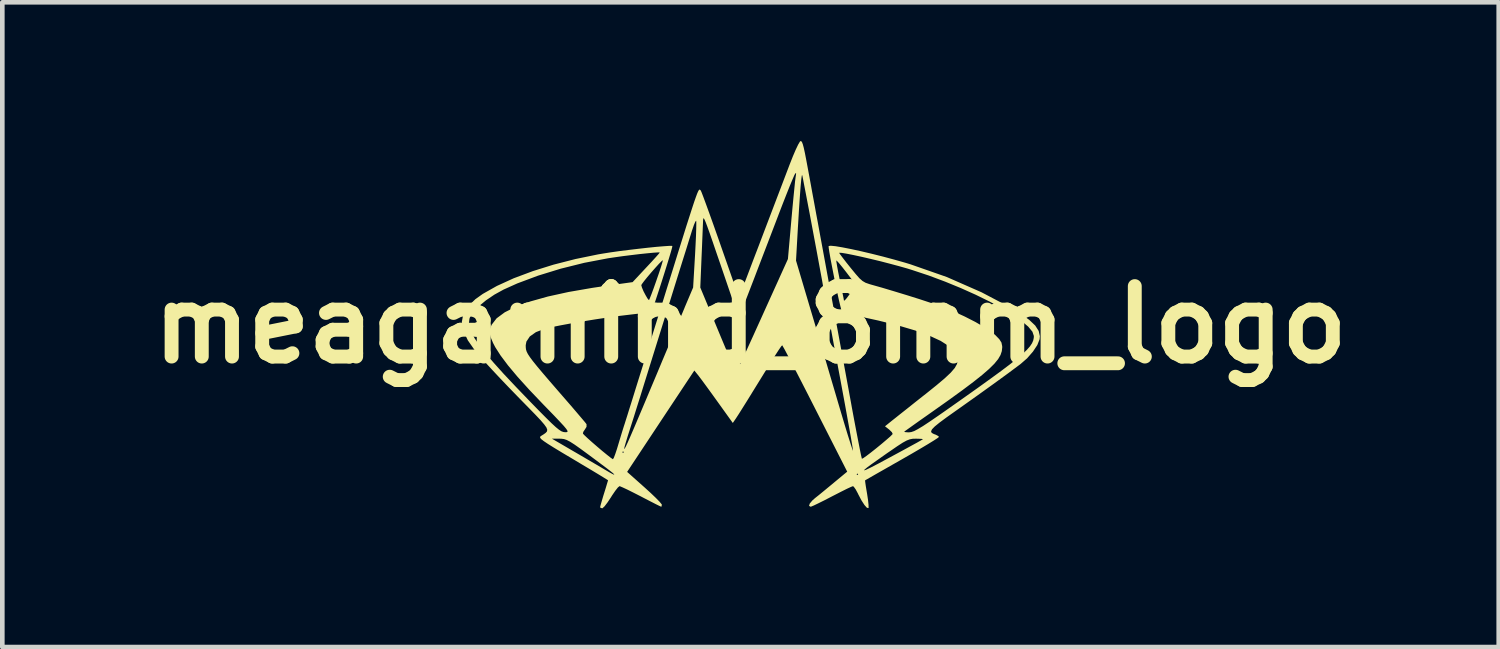
<source format=kicad_pcb>
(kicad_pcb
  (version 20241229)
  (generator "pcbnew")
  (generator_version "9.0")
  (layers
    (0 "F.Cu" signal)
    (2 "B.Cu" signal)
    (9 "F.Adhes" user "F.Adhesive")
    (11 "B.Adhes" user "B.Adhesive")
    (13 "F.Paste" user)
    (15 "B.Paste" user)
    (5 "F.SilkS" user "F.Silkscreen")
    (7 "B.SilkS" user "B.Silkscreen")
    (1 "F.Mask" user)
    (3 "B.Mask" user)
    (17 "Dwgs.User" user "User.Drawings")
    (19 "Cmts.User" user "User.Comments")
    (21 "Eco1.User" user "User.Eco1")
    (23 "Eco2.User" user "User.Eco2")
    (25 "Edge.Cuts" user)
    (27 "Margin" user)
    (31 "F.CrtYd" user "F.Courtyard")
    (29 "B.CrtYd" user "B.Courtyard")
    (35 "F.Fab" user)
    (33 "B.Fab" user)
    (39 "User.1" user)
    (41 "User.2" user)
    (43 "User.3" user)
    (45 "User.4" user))
  (footprint "meagamind_8mm_logo"
    (layer "F.Cu")
    (at 13.179 3.971)
    (property "Reference" "meagamind_8mm_logo" (at 0 0 0) (layer "F.SilkS") (effects (font (size 1.524 1.524) (thickness 0.3))))
    (attr board_only exclude_from_pos_files exclude_from_bom)
    (fp_poly (pts (xy 1.099 -3.966) (xy 1.114 -3.945) (xy 1.131 -3.901) (xy 1.151 -3.827) (xy 1.176 -3.713) (xy 1.207 -3.553) (xy 1.247 -3.339) (xy 1.282 -3.149) (xy 1.308 -3.009) (xy 1.333 -2.87) (xy 1.36 -2.725) (xy 1.389 -2.568) (xy 1.421 -2.392) (xy 1.459 -2.189) (xy 1.502 -1.953) (xy 1.553 -1.678) (xy 1.612 -1.356) (xy 1.681 -0.98) (xy 1.762 -0.544) (xy 1.764 -0.531) (xy 1.828 -0.183) (xy 1.899 0.2) (xy 1.973 0.6) (xy 2.046 0.997) (xy 2.115 1.371) (xy 2.176 1.704) (xy 2.192 1.793) (xy 2.241 2.057) (xy 2.287 2.299) (xy 2.328 2.511) (xy 2.362 2.685) (xy 2.388 2.813) (xy 2.405 2.886) (xy 2.409 2.9) (xy 2.439 2.885) (xy 2.509 2.836) (xy 2.606 2.762) (xy 2.717 2.674) (xy 2.832 2.58) (xy 2.936 2.492) (xy 3.019 2.42) (xy 3.067 2.372) (xy 3.074 2.362) (xy 3.057 2.325) (xy 3.002 2.271) (xy 2.996 2.266) (xy 2.908 2.197) (xy 3.054 2.079) (xy 3.125 2.023) (xy 3.239 1.932) (xy 3.386 1.816) (xy 3.555 1.681) (xy 3.736 1.538) (xy 3.79 1.496) (xy 4.019 1.312) (xy 4.197 1.162) (xy 4.328 1.039) (xy 4.416 0.937) (xy 4.465 0.85) (xy 4.48 0.771) (xy 4.465 0.694) (xy 4.424 0.613) (xy 4.401 0.578) (xy 4.29 0.464) (xy 4.111 0.35) (xy 3.867 0.237) (xy 3.56 0.125) (xy 3.191 0.016) (xy 2.762 -0.09) (xy 2.53 -0.141) (xy 2.349 -0.18) (xy 2.191 -0.216) (xy 2.069 -0.245) (xy 1.996 -0.265) (xy 1.98 -0.272) (xy 1.966 -0.31) (xy 1.942 -0.403) (xy 1.91 -0.539) (xy 1.874 -0.705) (xy 1.835 -0.889) (xy 1.797 -1.079) (xy 1.761 -1.263) (xy 1.737 -1.388) (xy 1.856 -1.388) (xy 1.858 -1.352) (xy 1.873 -1.263) (xy 1.897 -1.133) (xy 1.929 -0.975) (xy 1.932 -0.962) (xy 1.966 -0.801) (xy 1.993 -0.665) (xy 2.013 -0.567) (xy 2.02 -0.522) (xy 2.02 -0.521) (xy 2.037 -0.525) (xy 2.078 -0.571) (xy 2.133 -0.645) (xy 2.188 -0.732) (xy 2.211 -0.772) (xy 2.268 -0.876) (xy 2.068 -1.138) (xy 1.981 -1.249) (xy 1.911 -1.334) (xy 1.866 -1.382) (xy 1.856 -1.388) (xy 1.737 -1.388) (xy 1.729 -1.43) (xy 1.708 -1.552) (xy 1.917 -1.552) (xy 1.937 -1.522) (xy 1.992 -1.449) (xy 2.072 -1.345) (xy 2.164 -1.23) (xy 2.274 -1.096) (xy 2.355 -1.004) (xy 2.422 -0.945) (xy 2.487 -0.907) (xy 2.564 -0.88) (xy 2.6 -0.869) (xy 2.848 -0.799) (xy 3.115 -0.719) (xy 3.388 -0.636) (xy 3.649 -0.554) (xy 3.883 -0.477) (xy 4.074 -0.412) (xy 4.142 -0.387) (xy 4.388 -0.289) (xy 4.633 -0.176) (xy 4.864 -0.058) (xy 5.065 0.059) (xy 5.224 0.167) (xy 5.292 0.223) (xy 5.38 0.314) (xy 5.426 0.386) (xy 5.442 0.463) (xy 5.443 0.491) (xy 5.434 0.572) (xy 5.406 0.656) (xy 5.354 0.745) (xy 5.273 0.844) (xy 5.159 0.957) (xy 5.009 1.087) (xy 4.818 1.239) (xy 4.581 1.417) (xy 4.294 1.625) (xy 3.999 1.834) (xy 3.812 1.966) (xy 3.644 2.084) (xy 3.504 2.184) (xy 3.399 2.259) (xy 3.337 2.303) (xy 3.323 2.314) (xy 3.343 2.323) (xy 3.411 2.328) (xy 3.429 2.328) (xy 3.478 2.321) (xy 3.54 2.3) (xy 3.621 2.257) (xy 3.731 2.191) (xy 3.876 2.095) (xy 4.064 1.966) (xy 4.202 1.87) (xy 4.581 1.603) (xy 4.907 1.372) (xy 5.185 1.172) (xy 5.418 1.002) (xy 5.61 0.857) (xy 5.764 0.734) (xy 5.886 0.631) (xy 5.977 0.543) (xy 6.043 0.468) (xy 6.087 0.402) (xy 6.113 0.342) (xy 6.125 0.285) (xy 6.127 0.244) (xy 6.096 0.152) (xy 6.005 0.042) (xy 5.86 -0.081) (xy 5.668 -0.215) (xy 5.435 -0.356) (xy 5.166 -0.502) (xy 4.868 -0.648) (xy 4.547 -0.792) (xy 4.208 -0.931) (xy 3.858 -1.062) (xy 3.502 -1.18) (xy 3.387 -1.216) (xy 3.21 -1.266) (xy 3.012 -1.319) (xy 2.804 -1.373) (xy 2.596 -1.423) (xy 2.398 -1.469) (xy 2.222 -1.507) (xy 2.076 -1.536) (xy 1.972 -1.553) (xy 1.921 -1.555) (xy 1.917 -1.552) (xy 1.708 -1.552) (xy 1.705 -1.566) (xy 1.691 -1.661) (xy 1.689 -1.701) (xy 1.69 -1.701) (xy 1.736 -1.707) (xy 1.839 -1.697) (xy 1.988 -1.672) (xy 2.175 -1.635) (xy 2.391 -1.588) (xy 2.624 -1.533) (xy 2.867 -1.472) (xy 3.109 -1.407) (xy 3.342 -1.341) (xy 3.457 -1.306) (xy 4.244 -1.031) (xy 4.995 -0.701) (xy 5.591 -0.388) (xy 5.84 -0.239) (xy 6.026 -0.105) (xy 6.156 0.018) (xy 6.231 0.135) (xy 6.257 0.249) (xy 6.251 0.315) (xy 6.202 0.44) (xy 6.107 0.583) (xy 5.981 0.727) (xy 5.839 0.851) (xy 5.576 1.047) (xy 5.263 1.275) (xy 4.908 1.53) (xy 4.518 1.807) (xy 4.44 1.862) (xy 4.237 2.006) (xy 4.086 2.118) (xy 3.983 2.202) (xy 3.924 2.263) (xy 3.904 2.307) (xy 3.918 2.339) (xy 3.964 2.364) (xy 4.008 2.38) (xy 4.062 2.409) (xy 4.074 2.428) (xy 4.045 2.452) (xy 3.965 2.504) (xy 3.84 2.581) (xy 3.679 2.677) (xy 3.489 2.788) (xy 3.278 2.909) (xy 3.278 2.909) (xy 3.067 3.029) (xy 2.876 3.138) (xy 2.714 3.23) (xy 2.589 3.302) (xy 2.507 3.349) (xy 2.477 3.367) (xy 2.477 3.367) (xy 2.48 3.4) (xy 2.492 3.485) (xy 2.512 3.606) (xy 2.521 3.658) (xy 2.541 3.791) (xy 2.552 3.896) (xy 2.553 3.958) (xy 2.55 3.966) (xy 2.516 3.958) (xy 2.463 3.898) (xy 2.398 3.797) (xy 2.329 3.666) (xy 2.324 3.654) (xy 2.275 3.563) (xy 2.233 3.504) (xy 2.215 3.492) (xy 2.175 3.507) (xy 2.086 3.548) (xy 1.96 3.611) (xy 1.81 3.688) (xy 1.759 3.714) (xy 1.603 3.795) (xy 1.468 3.862) (xy 1.366 3.911) (xy 1.308 3.935) (xy 1.301 3.937) (xy 1.266 3.918) (xy 1.281 3.868) (xy 1.339 3.799) (xy 1.395 3.75) (xy 1.477 3.685) (xy 1.593 3.59) (xy 1.725 3.481) (xy 1.807 3.413) (xy 2.022 3.235) (xy 2.294 3.235) (xy 2.311 3.252) (xy 2.328 3.235) (xy 2.311 3.218) (xy 2.294 3.235) (xy 2.022 3.235) (xy 2.091 3.178) (xy 2.077 3.151) (xy 2.459 3.151) (xy 2.508 3.133) (xy 2.611 3.083) (xy 2.769 3.001) (xy 2.983 2.886) (xy 3.255 2.739) (xy 3.338 2.694) (xy 3.482 2.615) (xy 3.603 2.549) (xy 3.689 2.5) (xy 3.728 2.478) (xy 3.728 2.477) (xy 3.706 2.47) (xy 3.634 2.466) (xy 3.574 2.465) (xy 3.506 2.467) (xy 3.444 2.479) (xy 3.376 2.505) (xy 3.29 2.552) (xy 3.176 2.626) (xy 3.022 2.732) (xy 2.96 2.774) (xy 2.766 2.911) (xy 2.616 3.017) (xy 2.515 3.092) (xy 2.462 3.137) (xy 2.459 3.151) (xy 2.077 3.151) (xy 1.396 1.812) (xy 1.252 1.529) (xy 1.118 1.267) (xy 0.996 1.03) (xy 0.889 0.825) (xy 0.802 0.658) (xy 0.737 0.535) (xy 0.696 0.463) (xy 0.685 0.445) (xy 0.661 0.472) (xy 0.61 0.546) (xy 0.54 0.654) (xy 0.482 0.745) (xy 0.394 0.888) (xy 0.282 1.069) (xy 0.161 1.265) (xy 0.043 1.456) (xy 0.023 1.489) (xy -0.078 1.652) (xy -0.172 1.802) (xy -0.25 1.926) (xy -0.304 2.009) (xy -0.317 2.029) (xy -0.383 2.125) (xy -0.722 1.653) (xy -0.84 1.489) (xy -0.95 1.338) (xy -1.043 1.211) (xy -1.111 1.121) (xy -1.138 1.086) (xy -1.215 0.991) (xy -1.942 2.087) (xy -2.668 3.183) (xy -2.293 3.517) (xy -2.16 3.638) (xy -2.048 3.745) (xy -1.965 3.83) (xy -1.922 3.883) (xy -1.917 3.894) (xy -1.926 3.934) (xy -1.93 3.937) (xy -1.964 3.922) (xy -2.047 3.881) (xy -2.168 3.819) (xy -2.315 3.743) (xy -2.37 3.714) (xy -2.527 3.634) (xy -2.663 3.566) (xy -2.766 3.518) (xy -2.825 3.493) (xy -2.833 3.492) (xy -2.867 3.519) (xy -2.924 3.591) (xy -2.995 3.695) (xy -3.017 3.731) (xy -3.091 3.842) (xy -3.155 3.926) (xy -3.2 3.968) (xy -3.209 3.971) (xy -3.249 3.955) (xy -3.252 3.945) (xy -3.242 3.903) (xy -3.216 3.812) (xy -3.18 3.69) (xy -3.166 3.646) (xy -3.127 3.52) (xy -3.098 3.423) (xy -3.082 3.37) (xy -3.081 3.364) (xy -3.109 3.346) (xy -3.188 3.297) (xy -3.311 3.222) (xy -3.469 3.127) (xy -3.656 3.016) (xy -3.841 2.905) (xy -4.072 2.768) (xy -4.25 2.66) (xy -4.381 2.578) (xy -4.47 2.518) (xy -4.524 2.476) (xy -4.534 2.465) (xy -4.294 2.465) (xy -3.833 2.734) (xy -3.654 2.838) (xy -3.477 2.942) (xy -3.319 3.034) (xy -3.198 3.106) (xy -3.166 3.125) (xy -3.042 3.198) (xy -2.969 3.237) (xy -2.944 3.245) (xy -2.96 3.224) (xy -2.979 3.206) (xy -3.023 3.171) (xy -3.111 3.103) (xy -3.234 3.011) (xy -3.381 2.901) (xy -3.501 2.812) (xy -3.674 2.685) (xy -3.804 2.593) (xy -3.901 2.531) (xy -3.974 2.493) (xy -4.034 2.473) (xy -4.093 2.466) (xy -4.133 2.465) (xy -4.294 2.465) (xy -4.534 2.465) (xy -4.549 2.446) (xy -4.55 2.425) (xy -4.534 2.409) (xy -4.475 2.372) (xy -4.43 2.34) (xy -4.402 2.309) (xy -4.395 2.273) (xy -4.413 2.224) (xy -4.46 2.158) (xy -4.538 2.067) (xy -4.652 1.946) (xy -4.805 1.789) (xy -5.001 1.589) (xy -5.04 1.549) (xy -5.232 1.351) (xy -5.42 1.154) (xy -5.593 0.969) (xy -5.745 0.804) (xy -5.867 0.668) (xy -5.949 0.571) (xy -5.953 0.567) (xy -6.113 0.338) (xy -6.21 0.132) (xy -6.24 -0.04) (xy -6.088 -0.04) (xy -6.074 0.057) (xy -6.035 0.167) (xy -5.966 0.294) (xy -5.864 0.444) (xy -5.727 0.62) (xy -5.552 0.825) (xy -5.336 1.065) (xy -5.075 1.342) (xy -4.772 1.657) (xy -4.577 1.857) (xy -4.422 2.013) (xy -4.303 2.13) (xy -4.212 2.214) (xy -4.143 2.27) (xy -4.091 2.304) (xy -4.048 2.32) (xy -4.01 2.325) (xy -3.976 2.324) (xy -3.957 2.316) (xy -3.958 2.295) (xy -3.983 2.255) (xy -4.036 2.191) (xy -4.123 2.097) (xy -4.246 1.967) (xy -4.412 1.796) (xy -4.48 1.726) (xy -4.786 1.405) (xy -5.04 1.124) (xy -5.245 0.879) (xy -5.404 0.667) (xy -5.52 0.486) (xy -5.568 0.394) (xy -5.623 0.262) (xy -5.644 0.164) (xy -5.631 0.079) (xy -5.597 0.000069) (xy -5.49 -0.138) (xy -5.314 -0.268) (xy -5.071 -0.39) (xy -4.76 -0.503) (xy -4.382 -0.609) (xy -3.936 -0.707) (xy -3.422 -0.796) (xy -3.132 -0.839) (xy -3.02 -0.855) (xy -2.362 -0.855) (xy -2.348 -0.804) (xy -2.315 -0.725) (xy -2.271 -0.641) (xy -2.23 -0.57) (xy -2.2 -0.534) (xy -2.194 -0.533) (xy -2.177 -0.571) (xy -2.142 -0.66) (xy -2.094 -0.789) (xy -2.039 -0.944) (xy -2.031 -0.968) (xy -1.977 -1.124) (xy -1.934 -1.255) (xy -1.906 -1.349) (xy -1.895 -1.392) (xy -1.896 -1.394) (xy -1.921 -1.375) (xy -1.979 -1.317) (xy -2.057 -1.231) (xy -2.144 -1.132) (xy -2.23 -1.031) (xy -2.302 -0.942) (xy -2.349 -0.878) (xy -2.362 -0.855) (xy -3.02 -0.855) (xy -2.55 -0.92) (xy -2.253 -1.238) (xy -2.141 -1.358) (xy -2.05 -1.458) (xy -1.987 -1.529) (xy -1.962 -1.561) (xy -1.962 -1.562) (xy -2 -1.563) (xy -2.094 -1.557) (xy -2.23 -1.544) (xy -2.395 -1.527) (xy -2.577 -1.505) (xy -2.763 -1.482) (xy -2.939 -1.457) (xy -3.081 -1.436) (xy -3.594 -1.338) (xy -4.104 -1.211) (xy -4.592 -1.061) (xy -5.042 -0.893) (xy -5.34 -0.759) (xy -5.538 -0.65) (xy -5.721 -0.526) (xy -5.878 -0.396) (xy -5.997 -0.27) (xy -6.068 -0.157) (xy -6.078 -0.127) (xy -6.088 -0.04) (xy -6.24 -0.04) (xy -6.243 -0.056) (xy -6.211 -0.23) (xy -6.113 -0.393) (xy -5.95 -0.551) (xy -5.789 -0.666) (xy -5.484 -0.838) (xy -5.12 -1.004) (xy -4.708 -1.158) (xy -4.26 -1.298) (xy -3.784 -1.42) (xy -3.292 -1.521) (xy -3.197 -1.537) (xy -3.034 -1.563) (xy -2.843 -1.59) (xy -2.637 -1.616) (xy -2.426 -1.641) (xy -2.222 -1.664) (xy -2.036 -1.683) (xy -1.879 -1.696) (xy -1.763 -1.704) (xy -1.698 -1.704) (xy -1.69 -1.701) (xy -1.696 -1.667) (xy -1.72 -1.579) (xy -1.759 -1.449) (xy -1.808 -1.289) (xy -1.864 -1.11) (xy -1.923 -0.923) (xy -1.982 -0.741) (xy -2.037 -0.574) (xy -2.084 -0.434) (xy -2.119 -0.333) (xy -2.14 -0.282) (xy -2.142 -0.279) (xy -2.178 -0.271) (xy -2.269 -0.258) (xy -2.403 -0.241) (xy -2.566 -0.222) (xy -2.608 -0.217) (xy -2.834 -0.19) (xy -3.088 -0.155) (xy -3.357 -0.115) (xy -3.627 -0.071) (xy -3.885 -0.027) (xy -4.117 0.016) (xy -4.309 0.055) (xy -4.448 0.088) (xy -4.456 0.09) (xy -4.64 0.161) (xy -4.772 0.254) (xy -4.846 0.365) (xy -4.861 0.444) (xy -4.86 0.491) (xy -4.855 0.535) (xy -4.841 0.581) (xy -4.814 0.635) (xy -4.77 0.702) (xy -4.705 0.789) (xy -4.614 0.902) (xy -4.494 1.045) (xy -4.339 1.226) (xy -4.146 1.449) (xy -4.02 1.594) (xy -3.881 1.754) (xy -3.758 1.898) (xy -3.656 2.018) (xy -3.583 2.104) (xy -3.548 2.149) (xy -3.546 2.152) (xy -3.546 2.209) (xy -3.577 2.259) (xy -3.617 2.319) (xy -3.624 2.355) (xy -3.594 2.388) (xy -3.525 2.453) (xy -3.429 2.539) (xy -3.318 2.635) (xy -3.205 2.731) (xy -3.102 2.815) (xy -3.022 2.878) (xy -2.978 2.908) (xy -2.975 2.909) (xy -2.956 2.879) (xy -2.925 2.798) (xy -2.911 2.756) (xy -2.773 2.756) (xy -2.756 2.773) (xy -2.739 2.756) (xy -2.756 2.739) (xy -2.773 2.756) (xy -2.911 2.756) (xy -2.887 2.684) (xy -2.732 2.684) (xy -2.726 2.687) (xy -2.701 2.644) (xy -2.657 2.55) (xy -2.593 2.405) (xy -2.507 2.205) (xy -2.398 1.948) (xy -2.265 1.633) (xy -2.14 1.335) (xy -2.014 1.036) (xy -1.9 0.762) (xy -0.23 0.762) (xy -0.229 0.836) (xy -0.226 0.853) (xy -0.209 0.819) (xy -0.168 0.732) (xy -0.106 0.599) (xy -0.029 0.431) (xy 0.06 0.236) (xy 0.12 0.103) (xy 0.228 -0.135) (xy 0.338 -0.379) (xy 0.444 -0.613) (xy 0.538 -0.821) (xy 0.614 -0.988) (xy 0.631 -1.027) (xy 0.794 -1.386) (xy 0.984 -1.386) (xy 1.294 -0.342) (xy 1.391 -0.018) (xy 1.499 0.348) (xy 1.613 0.732) (xy 1.725 1.113) (xy 1.83 1.468) (xy 1.904 1.72) (xy 1.978 1.97) (xy 2.046 2.197) (xy 2.106 2.394) (xy 2.156 2.551) (xy 2.192 2.662) (xy 2.212 2.719) (xy 2.216 2.725) (xy 2.212 2.69) (xy 2.197 2.594) (xy 2.172 2.445) (xy 2.137 2.248) (xy 2.094 2.011) (xy 2.045 1.74) (xy 1.99 1.442) (xy 1.938 1.16) (xy 1.875 0.825) (xy 1.814 0.497) (xy 1.756 0.183) (xy 1.703 -0.105) (xy 1.655 -0.36) (xy 1.617 -0.572) (xy 1.587 -0.732) (xy 1.574 -0.804) (xy 1.547 -0.96) (xy 1.511 -1.154) (xy 1.47 -1.377) (xy 1.425 -1.621) (xy 1.377 -1.877) (xy 1.329 -2.134) (xy 1.282 -2.385) (xy 1.237 -2.62) (xy 1.197 -2.83) (xy 1.163 -3.005) (xy 1.138 -3.137) (xy 1.122 -3.216) (xy 1.117 -3.235) (xy 1.109 -3.224) (xy 1.098 -3.145) (xy 1.084 -2.999) (xy 1.068 -2.785) (xy 1.049 -2.503) (xy 1.028 -2.153) (xy 1.023 -2.071) (xy 0.984 -1.386) (xy 0.794 -1.386) (xy 0.809 -1.421) (xy 0.886 -2.294) (xy 0.908 -2.534) (xy 0.929 -2.755) (xy 0.948 -2.945) (xy 0.963 -3.096) (xy 0.976 -3.197) (xy 0.982 -3.235) (xy 0.986 -3.279) (xy 0.967 -3.269) (xy 0.946 -3.229) (xy 0.905 -3.134) (xy 0.846 -2.992) (xy 0.774 -2.811) (xy 0.692 -2.602) (xy 0.603 -2.371) (xy 0.6 -2.362) (xy 0.496 -2.09) (xy 0.385 -1.8) (xy 0.274 -1.511) (xy 0.17 -1.24) (xy 0.08 -1.004) (xy 0.036 -0.89) (xy -0.195 -0.291) (xy -0.217 0.288) (xy -0.224 0.477) (xy -0.228 0.639) (xy -0.23 0.762) (xy -1.9 0.762) (xy -1.89 0.739) (xy -1.77 0.454) (xy -1.66 0.192) (xy -1.564 -0.039) (xy -1.484 -0.227) (xy -1.427 -0.363) (xy -1.422 -0.377) (xy -1.241 -0.804) (xy -1.086 -0.804) (xy -0.74 0.028) (xy -0.629 0.295) (xy -0.543 0.5) (xy -0.477 0.644) (xy -0.429 0.728) (xy -0.396 0.752) (xy -0.373 0.718) (xy -0.358 0.626) (xy -0.348 0.477) (xy -0.338 0.273) (xy -0.331 0.127) (xy -0.311 -0.31) (xy -0.635 -1.259) (xy -0.738 -1.558) (xy -0.82 -1.798) (xy -0.885 -1.985) (xy -0.934 -2.122) (xy -0.97 -2.217) (xy -0.995 -2.274) (xy -1.011 -2.3) (xy -1.02 -2.298) (xy -1.024 -2.276) (xy -1.027 -2.237) (xy -1.027 -2.225) (xy -1.03 -2.153) (xy -1.035 -2.026) (xy -1.042 -1.857) (xy -1.05 -1.66) (xy -1.059 -1.455) (xy -1.086 -0.804) (xy -1.241 -0.804) (xy -1.199 -1.517) (xy -1.188 -1.731) (xy -1.179 -1.921) (xy -1.174 -2.077) (xy -1.172 -2.188) (xy -1.174 -2.244) (xy -1.175 -2.248) (xy -1.194 -2.227) (xy -1.224 -2.156) (xy -1.26 -2.05) (xy -1.261 -2.049) (xy -1.288 -1.961) (xy -1.333 -1.818) (xy -1.391 -1.63) (xy -1.461 -1.408) (xy -1.538 -1.162) (xy -1.619 -0.902) (xy -1.644 -0.822) (xy -1.74 -0.513) (xy -1.846 -0.175) (xy -1.955 0.174) (xy -2.061 0.514) (xy -2.158 0.825) (xy -2.226 1.044) (xy -2.305 1.297) (xy -2.383 1.549) (xy -2.458 1.786) (xy -2.523 1.995) (xy -2.576 2.161) (xy -2.602 2.242) (xy -2.656 2.412) (xy -2.696 2.544) (xy -2.722 2.635) (xy -2.732 2.684) (xy -2.887 2.684) (xy -2.887 2.683) (xy -2.875 2.644) (xy -2.828 2.487) (xy -2.779 2.325) (xy -2.738 2.194) (xy -2.737 2.191) (xy -2.721 2.143) (xy -2.704 2.088) (xy -2.683 2.022) (xy -2.657 1.94) (xy -2.625 1.836) (xy -2.584 1.707) (xy -2.534 1.546) (xy -2.473 1.349) (xy -2.399 1.112) (xy -2.31 0.828) (xy -2.206 0.494) (xy -2.085 0.104) (xy -1.951 -0.325) (xy -1.803 -0.802) (xy -1.673 -1.217) (xy -1.562 -1.575) (xy -1.466 -1.881) (xy -1.386 -2.137) (xy -1.318 -2.348) (xy -1.263 -2.519) (xy -1.219 -2.653) (xy -1.183 -2.755) (xy -1.156 -2.829) (xy -1.135 -2.878) (xy -1.119 -2.907) (xy -1.107 -2.92) (xy -1.097 -2.921) (xy -1.088 -2.914) (xy -1.078 -2.904) (xy -1.076 -2.902) (xy -1.059 -2.864) (xy -1.021 -2.765) (xy -0.964 -2.611) (xy -0.89 -2.407) (xy -0.8 -2.156) (xy -0.697 -1.864) (xy -0.582 -1.535) (xy -0.456 -1.175) (xy -0.446 -1.147) (xy -0.391 -0.989) (xy -0.341 -0.847) (xy -0.301 -0.738) (xy -0.281 -0.685) (xy -0.247 -0.599) (xy -0.213 -0.685) (xy -0.193 -0.736) (xy -0.152 -0.844) (xy -0.092 -0.999) (xy -0.018 -1.194) (xy 0.068 -1.421) (xy 0.164 -1.671) (xy 0.238 -1.866) (xy 0.347 -2.153) (xy 0.458 -2.444) (xy 0.566 -2.728) (xy 0.666 -2.99) (xy 0.753 -3.219) (xy 0.823 -3.403) (xy 0.847 -3.466) (xy 0.915 -3.638) (xy 0.978 -3.785) (xy 1.031 -3.896) (xy 1.069 -3.96) (xy 1.082 -3.971)) (stroke (width 0) (type solid)) (fill yes) (layer "F.SilkS")))
  (gr_rect
    (start -3 -3)
    (end 29.358 10.942)
    (stroke (width 0.1) (type default))
    (fill no)
    (layer "Edge.Cuts")))
</source>
